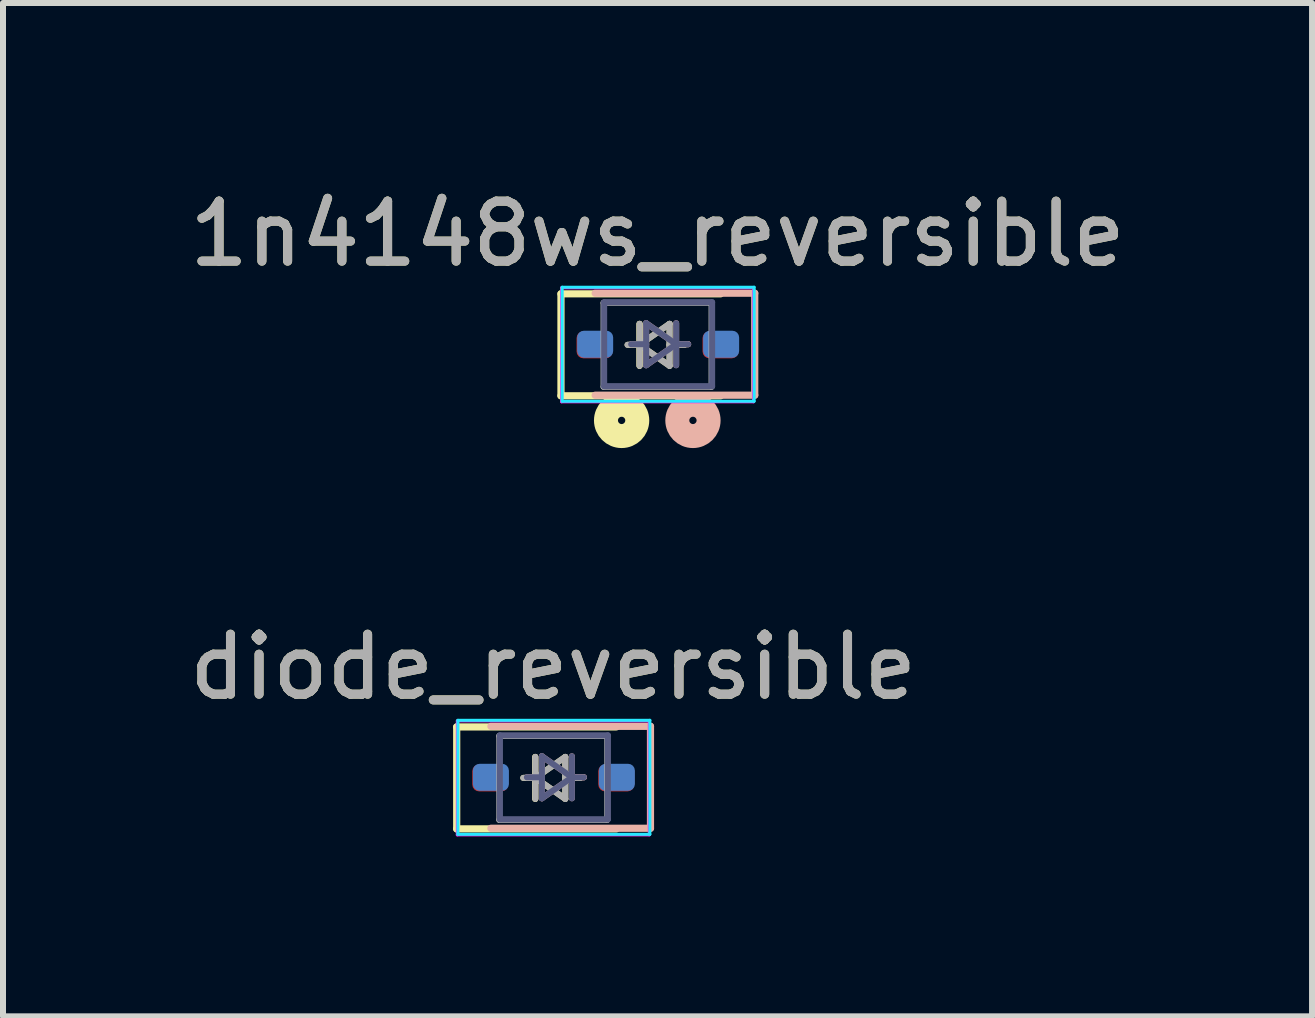
<source format=kicad_pcb>
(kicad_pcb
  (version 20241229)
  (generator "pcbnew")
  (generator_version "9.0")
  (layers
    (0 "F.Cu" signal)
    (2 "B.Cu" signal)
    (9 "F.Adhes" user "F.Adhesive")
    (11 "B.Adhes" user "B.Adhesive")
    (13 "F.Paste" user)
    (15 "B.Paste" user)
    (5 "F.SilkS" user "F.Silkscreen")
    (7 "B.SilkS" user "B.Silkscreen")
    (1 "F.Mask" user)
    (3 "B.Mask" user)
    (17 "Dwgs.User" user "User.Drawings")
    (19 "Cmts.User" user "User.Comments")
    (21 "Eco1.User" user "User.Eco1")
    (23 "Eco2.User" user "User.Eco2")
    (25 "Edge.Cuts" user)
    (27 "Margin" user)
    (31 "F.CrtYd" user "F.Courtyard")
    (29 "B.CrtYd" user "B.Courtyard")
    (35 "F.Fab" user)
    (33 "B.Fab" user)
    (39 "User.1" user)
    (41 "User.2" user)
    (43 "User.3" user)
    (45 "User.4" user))
  (footprint "1n4148ws_reversible"
    (layer "F.Cu")
    (at 7.911 2.698)
    (property "Reference" "1n4148ws_reversible" (at 0 -1.85 180) (layer "F.SilkS") (effects (font (size 1 1) (thickness 0.15))))
    (attr smd)
    (fp_line (start -1.61 -0.85) (end -1.61 0.85) (stroke (width 0.12) (type solid)) (layer "F.SilkS"))
    (fp_line (start -1.61 -0.85) (end 1.05 -0.85) (stroke (width 0.12) (type solid)) (layer "F.SilkS"))
    (fp_line (start -1.61 0.85) (end 1.05 0.85) (stroke (width 0.12) (type solid)) (layer "F.SilkS"))
    (fp_line (start -0.5 0) (end -0.3 0) (stroke (width 0.1) (type default)) (layer "F.SilkS"))
    (fp_line (start -0.3 -0.35) (end -0.3 0.35) (stroke (width 0.1) (type default)) (layer "F.SilkS"))
    (fp_line (start -0.3 0) (end -0.3 -0.35) (stroke (width 0.1) (type default)) (layer "F.SilkS"))
    (fp_line (start -0.3 0) (end 0.2 0.35) (stroke (width 0.1) (type default)) (layer "F.SilkS"))
    (fp_line (start -0.3 0.35) (end -0.3 0) (stroke (width 0.1) (type default)) (layer "F.SilkS"))
    (fp_line (start 0.2 -0.35) (end -0.3 0) (stroke (width 0.1) (type default)) (layer "F.SilkS"))
    (fp_line (start 0.2 0) (end 0.45 0) (stroke (width 0.1) (type default)) (layer "F.SilkS"))
    (fp_line (start 0.2 0.35) (end 0.2 -0.35) (stroke (width 0.1) (type default)) (layer "F.SilkS"))
    (fp_circle (center -0.599 1.26) (end -0.539 1.27) (stroke (width 0.4) (type solid)) (fill no) (layer "F.SilkS"))
    (fp_line (start -0.19 -0.36) (end -0.19 0.34) (stroke (width 0.1) (type default)) (layer "B.SilkS"))
    (fp_line (start -0.19 -0.01) (end -0.44 -0.01) (stroke (width 0.1) (type default)) (layer "B.SilkS"))
    (fp_line (start -0.19 0.34) (end 0.31 -0.01) (stroke (width 0.1) (type default)) (layer "B.SilkS"))
    (fp_line (start 0.31 -0.36) (end 0.31 0.34) (stroke (width 0.1) (type default)) (layer "B.SilkS"))
    (fp_line (start 0.31 -0.01) (end -0.19 -0.36) (stroke (width 0.1) (type default)) (layer "B.SilkS"))
    (fp_line (start 0.31 -0.01) (end 0.51 -0.01) (stroke (width 0.1) (type default)) (layer "B.SilkS"))
    (fp_line (start 0.51 -0.01) (end 0.31 -0.01) (stroke (width 0.1) (type default)) (layer "B.SilkS"))
    (fp_line (start 1.62 -0.86) (end -1.04 -0.86) (stroke (width 0.12) (type solid)) (layer "B.SilkS"))
    (fp_line (start 1.62 -0.86) (end 1.62 0.84) (stroke (width 0.12) (type solid)) (layer "B.SilkS"))
    (fp_line (start 1.62 0.84) (end -1.04 0.84) (stroke (width 0.12) (type solid)) (layer "B.SilkS"))
    (fp_circle (center 0.59 1.26) (end 0.65 1.27) (stroke (width 0.4) (type solid)) (fill no) (layer "B.SilkS"))
    (fp_line (start -1.59 -0.96) (end -1.59 0.94) (stroke (width 0.05) (type solid)) (layer "B.CrtYd"))
    (fp_line (start 1.61 -0.96) (end -1.59 -0.96) (stroke (width 0.05) (type solid)) (layer "B.CrtYd"))
    (fp_line (start 1.61 -0.96) (end 1.61 0.94) (stroke (width 0.05) (type solid)) (layer "B.CrtYd"))
    (fp_line (start 1.61 0.94) (end -1.59 0.94) (stroke (width 0.05) (type solid)) (layer "B.CrtYd"))
    (fp_line (start -1.6 -0.95) (end -1.6 0.95) (stroke (width 0.05) (type solid)) (layer "F.CrtYd"))
    (fp_line (start -1.6 -0.95) (end 1.6 -0.95) (stroke (width 0.05) (type solid)) (layer "F.CrtYd"))
    (fp_line (start -1.6 0.95) (end 1.6 0.95) (stroke (width 0.05) (type solid)) (layer "F.CrtYd"))
    (fp_line (start 1.6 -0.95) (end 1.6 0.95) (stroke (width 0.05) (type solid)) (layer "F.CrtYd"))
    (fp_line (start -0.89 -0.71) (end -0.89 0.69) (stroke (width 0.1) (type solid)) (layer "B.Fab"))
    (fp_line (start -0.89 0.69) (end 0.91 0.69) (stroke (width 0.1) (type solid)) (layer "B.Fab"))
    (fp_line (start -0.19 -0.36) (end -0.19 0.34) (stroke (width 0.1) (type solid)) (layer "B.Fab"))
    (fp_line (start -0.19 -0.01) (end -0.44 -0.01) (stroke (width 0.1) (type solid)) (layer "B.Fab"))
    (fp_line (start -0.19 0.34) (end 0.31 -0.01) (stroke (width 0.1) (type solid)) (layer "B.Fab"))
    (fp_line (start 0.31 -0.36) (end 0.31 0.34) (stroke (width 0.1) (type solid)) (layer "B.Fab"))
    (fp_line (start 0.31 -0.01) (end -0.19 -0.36) (stroke (width 0.1) (type solid)) (layer "B.Fab"))
    (fp_line (start 0.31 -0.01) (end 0.51 -0.01) (stroke (width 0.1) (type solid)) (layer "B.Fab"))
    (fp_line (start 0.91 -0.71) (end -0.89 -0.71) (stroke (width 0.1) (type solid)) (layer "B.Fab"))
    (fp_line (start 0.91 0.69) (end 0.91 -0.71) (stroke (width 0.1) (type solid)) (layer "B.Fab"))
    (fp_line (start -0.9 -0.7) (end 0.9 -0.7) (stroke (width 0.1) (type solid)) (layer "F.Fab"))
    (fp_line (start -0.9 0.7) (end -0.9 -0.7) (stroke (width 0.1) (type solid)) (layer "F.Fab"))
    (fp_line (start -0.3 -0.35) (end -0.3 0.35) (stroke (width 0.1) (type solid)) (layer "F.Fab"))
    (fp_line (start -0.3 0) (end -0.5 0) (stroke (width 0.1) (type solid)) (layer "F.Fab"))
    (fp_line (start -0.3 0) (end 0.2 -0.35) (stroke (width 0.1) (type solid)) (layer "F.Fab"))
    (fp_line (start 0.2 -0.35) (end 0.2 0.35) (stroke (width 0.1) (type solid)) (layer "F.Fab"))
    (fp_line (start 0.2 0) (end 0.45 0) (stroke (width 0.1) (type solid)) (layer "F.Fab"))
    (fp_line (start 0.2 0.35) (end -0.3 0) (stroke (width 0.1) (type solid)) (layer "F.Fab"))
    (fp_line (start 0.9 -0.7) (end 0.9 0.7) (stroke (width 0.1) (type solid)) (layer "F.Fab"))
    (fp_line (start 0.9 0.7) (end -0.9 0.7) (stroke (width 0.1) (type solid)) (layer "F.Fab"))
    (fp_text user "${REFERENCE}" (at 0 -1.85 180) (layer "F.Fab") (effects (font (size 1 1) (thickness 0.15))))
    (pad "1" smd roundrect (at -1.05 0) (size 0.6 0.45) (layers "F.Cu" "F.Mask" "F.Paste") (roundrect_rratio 0.25))
    (pad "1" smd roundrect (at 1.06 -0.01) (size 0.6 0.45) (layers "B.Cu" "B.Mask" "B.Paste") (roundrect_rratio 0.25))
    (pad "2" smd roundrect (at -1.04 -0.01) (size 0.6 0.45) (layers "B.Cu" "B.Mask" "B.Paste") (roundrect_rratio 0.25))
    (pad "2" smd roundrect (at 1.05 0) (size 0.6 0.45) (layers "F.Cu" "F.Mask" "F.Paste") (roundrect_rratio 0.25)))
  (footprint "diode_reversible"
    (layer "F.Cu")
    (at 6.173 9.917)
    (property "Reference" "diode_reversible" (at 0 -1.85 180) (layer "F.SilkS") (effects (font (size 1 1) (thickness 0.15))))
    (attr smd)
    (fp_line (start -1.61 -0.85) (end -1.61 0.85) (stroke (width 0.12) (type solid)) (layer "F.SilkS"))
    (fp_line (start -1.61 -0.85) (end 1.05 -0.85) (stroke (width 0.12) (type solid)) (layer "F.SilkS"))
    (fp_line (start -1.61 0.85) (end 1.05 0.85) (stroke (width 0.12) (type solid)) (layer "F.SilkS"))
    (fp_line (start -0.5 0) (end -0.3 0) (stroke (width 0.1) (type default)) (layer "F.SilkS"))
    (fp_line (start -0.3 -0.35) (end -0.3 0.35) (stroke (width 0.1) (type default)) (layer "F.SilkS"))
    (fp_line (start -0.3 0) (end -0.3 -0.35) (stroke (width 0.1) (type default)) (layer "F.SilkS"))
    (fp_line (start -0.3 0) (end 0.2 0.35) (stroke (width 0.1) (type default)) (layer "F.SilkS"))
    (fp_line (start -0.3 0.35) (end -0.3 0) (stroke (width 0.1) (type default)) (layer "F.SilkS"))
    (fp_line (start 0.2 -0.35) (end -0.3 0) (stroke (width 0.1) (type default)) (layer "F.SilkS"))
    (fp_line (start 0.2 0) (end 0.45 0) (stroke (width 0.1) (type default)) (layer "F.SilkS"))
    (fp_line (start 0.2 0.35) (end 0.2 -0.35) (stroke (width 0.1) (type default)) (layer "F.SilkS"))
    (fp_line (start -0.19 -0.36) (end -0.19 0.34) (stroke (width 0.1) (type default)) (layer "B.SilkS"))
    (fp_line (start -0.19 -0.01) (end -0.44 -0.01) (stroke (width 0.1) (type default)) (layer "B.SilkS"))
    (fp_line (start -0.19 0.34) (end 0.31 -0.01) (stroke (width 0.1) (type default)) (layer "B.SilkS"))
    (fp_line (start 0.31 -0.36) (end 0.31 0.34) (stroke (width 0.1) (type default)) (layer "B.SilkS"))
    (fp_line (start 0.31 -0.01) (end -0.19 -0.36) (stroke (width 0.1) (type default)) (layer "B.SilkS"))
    (fp_line (start 0.31 -0.01) (end 0.51 -0.01) (stroke (width 0.1) (type default)) (layer "B.SilkS"))
    (fp_line (start 0.51 -0.01) (end 0.31 -0.01) (stroke (width 0.1) (type default)) (layer "B.SilkS"))
    (fp_line (start 1.62 -0.86) (end -1.04 -0.86) (stroke (width 0.12) (type solid)) (layer "B.SilkS"))
    (fp_line (start 1.62 -0.86) (end 1.62 0.84) (stroke (width 0.12) (type solid)) (layer "B.SilkS"))
    (fp_line (start 1.62 0.84) (end -1.04 0.84) (stroke (width 0.12) (type solid)) (layer "B.SilkS"))
    (fp_line (start -1.59 -0.96) (end -1.59 0.94) (stroke (width 0.05) (type solid)) (layer "B.CrtYd"))
    (fp_line (start 1.61 -0.96) (end -1.59 -0.96) (stroke (width 0.05) (type solid)) (layer "B.CrtYd"))
    (fp_line (start 1.61 -0.96) (end 1.61 0.94) (stroke (width 0.05) (type solid)) (layer "B.CrtYd"))
    (fp_line (start 1.61 0.94) (end -1.59 0.94) (stroke (width 0.05) (type solid)) (layer "B.CrtYd"))
    (fp_line (start -1.6 -0.95) (end -1.6 0.95) (stroke (width 0.05) (type solid)) (layer "F.CrtYd"))
    (fp_line (start -1.6 -0.95) (end 1.6 -0.95) (stroke (width 0.05) (type solid)) (layer "F.CrtYd"))
    (fp_line (start -1.6 0.95) (end 1.6 0.95) (stroke (width 0.05) (type solid)) (layer "F.CrtYd"))
    (fp_line (start 1.6 -0.95) (end 1.6 0.95) (stroke (width 0.05) (type solid)) (layer "F.CrtYd"))
    (fp_line (start -0.89 -0.71) (end -0.89 0.69) (stroke (width 0.1) (type solid)) (layer "B.Fab"))
    (fp_line (start -0.89 0.69) (end 0.91 0.69) (stroke (width 0.1) (type solid)) (layer "B.Fab"))
    (fp_line (start -0.19 -0.36) (end -0.19 0.34) (stroke (width 0.1) (type solid)) (layer "B.Fab"))
    (fp_line (start -0.19 -0.01) (end -0.44 -0.01) (stroke (width 0.1) (type solid)) (layer "B.Fab"))
    (fp_line (start -0.19 0.34) (end 0.31 -0.01) (stroke (width 0.1) (type solid)) (layer "B.Fab"))
    (fp_line (start 0.31 -0.36) (end 0.31 0.34) (stroke (width 0.1) (type solid)) (layer "B.Fab"))
    (fp_line (start 0.31 -0.01) (end -0.19 -0.36) (stroke (width 0.1) (type solid)) (layer "B.Fab"))
    (fp_line (start 0.31 -0.01) (end 0.51 -0.01) (stroke (width 0.1) (type solid)) (layer "B.Fab"))
    (fp_line (start 0.91 -0.71) (end -0.89 -0.71) (stroke (width 0.1) (type solid)) (layer "B.Fab"))
    (fp_line (start 0.91 0.69) (end 0.91 -0.71) (stroke (width 0.1) (type solid)) (layer "B.Fab"))
    (fp_line (start -0.9 -0.7) (end 0.9 -0.7) (stroke (width 0.1) (type solid)) (layer "F.Fab"))
    (fp_line (start -0.9 0.7) (end -0.9 -0.7) (stroke (width 0.1) (type solid)) (layer "F.Fab"))
    (fp_line (start -0.3 -0.35) (end -0.3 0.35) (stroke (width 0.1) (type solid)) (layer "F.Fab"))
    (fp_line (start -0.3 0) (end -0.5 0) (stroke (width 0.1) (type solid)) (layer "F.Fab"))
    (fp_line (start -0.3 0) (end 0.2 -0.35) (stroke (width 0.1) (type solid)) (layer "F.Fab"))
    (fp_line (start 0.2 -0.35) (end 0.2 0.35) (stroke (width 0.1) (type solid)) (layer "F.Fab"))
    (fp_line (start 0.2 0) (end 0.45 0) (stroke (width 0.1) (type solid)) (layer "F.Fab"))
    (fp_line (start 0.2 0.35) (end -0.3 0) (stroke (width 0.1) (type solid)) (layer "F.Fab"))
    (fp_line (start 0.9 -0.7) (end 0.9 0.7) (stroke (width 0.1) (type solid)) (layer "F.Fab"))
    (fp_line (start 0.9 0.7) (end -0.9 0.7) (stroke (width 0.1) (type solid)) (layer "F.Fab"))
    (fp_text user "${REFERENCE}" (at 0 -1.85 180) (layer "F.Fab") (effects (font (size 1 1) (thickness 0.15))))
    (pad "1" smd roundrect (at -1.05 0) (size 0.6 0.45) (layers "F.Cu" "F.Mask" "F.Paste") (roundrect_rratio 0.25))
    (pad "1" smd roundrect (at 1.06 -0.01) (size 0.6 0.45) (layers "B.Cu" "B.Mask" "B.Paste") (roundrect_rratio 0.25))
    (pad "2" smd roundrect (at -1.04 -0.01) (size 0.6 0.45) (layers "B.Cu" "B.Mask" "B.Paste") (roundrect_rratio 0.25))
    (pad "2" smd roundrect (at 1.05 0) (size 0.6 0.45) (layers "F.Cu" "F.Mask" "F.Paste") (roundrect_rratio 0.25)))
  (gr_rect
    (start -3 -3)
    (end 18.821 13.892)
    (stroke (width 0.1) (type default))
    (fill no)
    (layer "Edge.Cuts")))
</source>
